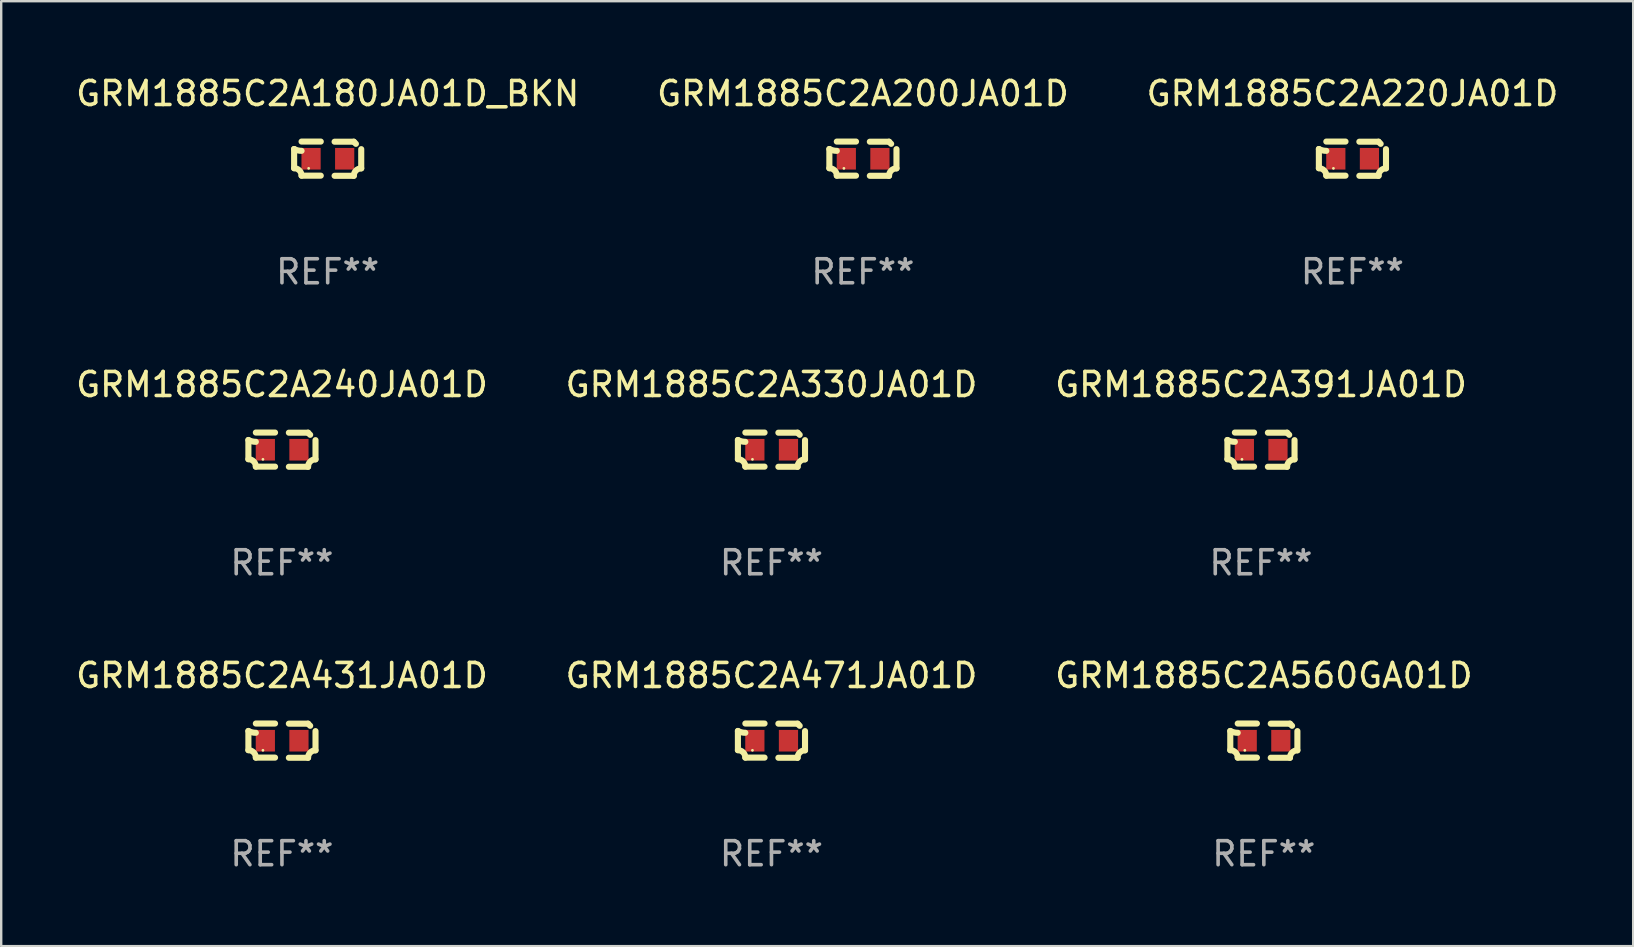
<source format=kicad_pcb>
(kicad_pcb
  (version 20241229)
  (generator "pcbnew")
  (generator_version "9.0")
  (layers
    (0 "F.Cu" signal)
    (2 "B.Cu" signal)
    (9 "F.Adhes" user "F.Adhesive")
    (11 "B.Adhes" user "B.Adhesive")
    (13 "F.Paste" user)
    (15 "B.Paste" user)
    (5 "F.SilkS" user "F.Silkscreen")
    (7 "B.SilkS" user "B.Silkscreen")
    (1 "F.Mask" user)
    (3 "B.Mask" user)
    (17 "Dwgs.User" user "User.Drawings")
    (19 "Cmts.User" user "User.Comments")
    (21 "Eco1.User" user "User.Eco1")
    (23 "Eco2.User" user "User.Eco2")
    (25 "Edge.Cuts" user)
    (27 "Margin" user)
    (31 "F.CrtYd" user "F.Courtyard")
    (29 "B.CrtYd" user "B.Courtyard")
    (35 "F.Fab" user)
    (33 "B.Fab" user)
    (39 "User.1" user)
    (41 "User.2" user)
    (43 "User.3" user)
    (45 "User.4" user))
  (footprint "GRM1885C2A560GA01D"
    (layer "F.Cu")
    (at 49.601 27.805)
    (property "Reference" "GRM1885C2A560GA01D" (at 0 -2.713 0) (layer "F.SilkS") (effects (font (size 1 1) (thickness 0.15))))
    (attr through_hole)
    (fp_line (start -1.398 -0.403) (end -1.398 0.397) (stroke (width 0.254) (type solid)) (layer "F.SilkS"))
    (fp_line (start -0.288 -0.713) (end -1.088 -0.713) (stroke (width 0.254) (type solid)) (layer "F.SilkS"))
    (fp_line (start -0.288 0.707) (end -1.088 0.707) (stroke (width 0.254) (type solid)) (layer "F.SilkS"))
    (fp_line (start 0.288 -0.707) (end 1.088 -0.707) (stroke (width 0.254) (type solid)) (layer "F.SilkS"))
    (fp_line (start 0.288 0.713) (end 1.088 0.713) (stroke (width 0.254) (type solid)) (layer "F.SilkS"))
    (fp_line (start 1.398 -0.397) (end 1.398 0.403) (stroke (width 0.254) (type solid)) (layer "F.SilkS"))
    (fp_arc (start -1.397789 0.397066) (mid -1.178701 0.487826) (end -1.08796 0.706922) (stroke (width 0.254001) (type solid)) (layer "F.SilkS"))
    (fp_arc (start -1.08796 -0.327176) (mid -1.247436 -0.346384) (end -1.39779 -0.402908) (stroke (width 0.254001) (type solid)) (layer "F.SilkS"))
    (fp_arc (start 1.087909 0.712738) (mid 1.178656 0.493655) (end 1.397739 0.402908) (stroke (width 0.254001) (type solid)) (layer "F.SilkS"))
    (fp_arc (start 1.175925 -0.618926) (mid 1.131917 -0.662923) (end 1.08791 -0.706922) (stroke (width 0.254001) (type solid)) (layer "F.SilkS"))
    (fp_circle (center -0.792 0.403) (end -0.762 0.403) (stroke (width 0.06) (type solid)) (fill no) (layer "F.SilkS"))
    (fp_text user "REF**" (at 0 4.713 0) (layer "F.Fab") (effects (font (size 1 1) (thickness 0.15))))
    (pad "1" smd rect (at -0.692 0.003) (size 0.8 0.9) (layers "F.Cu" "F.Mask" "F.Paste"))
    (pad "2" smd rect (at 0.708 0.003) (size 0.8 0.9) (layers "F.Cu" "F.Mask" "F.Paste")))
  (footprint "GRM1885C2A240JA01D"
    (layer "F.Cu")
    (at 8.696 15.683)
    (property "Reference" "GRM1885C2A240JA01D" (at 0 -2.713 0) (layer "F.SilkS") (effects (font (size 1 1) (thickness 0.15))))
    (attr through_hole)
    (fp_line (start -1.398 -0.403) (end -1.398 0.397) (stroke (width 0.254) (type solid)) (layer "F.SilkS"))
    (fp_line (start -0.288 -0.713) (end -1.088 -0.713) (stroke (width 0.254) (type solid)) (layer "F.SilkS"))
    (fp_line (start -0.288 0.707) (end -1.088 0.707) (stroke (width 0.254) (type solid)) (layer "F.SilkS"))
    (fp_line (start 0.288 -0.707) (end 1.088 -0.707) (stroke (width 0.254) (type solid)) (layer "F.SilkS"))
    (fp_line (start 0.288 0.713) (end 1.088 0.713) (stroke (width 0.254) (type solid)) (layer "F.SilkS"))
    (fp_line (start 1.398 -0.397) (end 1.398 0.403) (stroke (width 0.254) (type solid)) (layer "F.SilkS"))
    (fp_arc (start -1.397789 0.397066) (mid -1.178701 0.487826) (end -1.08796 0.706922) (stroke (width 0.254001) (type solid)) (layer "F.SilkS"))
    (fp_arc (start -1.08796 -0.327176) (mid -1.247436 -0.346384) (end -1.39779 -0.402908) (stroke (width 0.254001) (type solid)) (layer "F.SilkS"))
    (fp_arc (start 1.087909 0.712738) (mid 1.178656 0.493655) (end 1.397739 0.402908) (stroke (width 0.254001) (type solid)) (layer "F.SilkS"))
    (fp_arc (start 1.175925 -0.618926) (mid 1.131917 -0.662923) (end 1.08791 -0.706922) (stroke (width 0.254001) (type solid)) (layer "F.SilkS"))
    (fp_circle (center -0.792 0.403) (end -0.762 0.403) (stroke (width 0.06) (type solid)) (fill no) (layer "F.SilkS"))
    (fp_text user "REF**" (at 0 4.713 0) (layer "F.Fab") (effects (font (size 1 1) (thickness 0.15))))
    (pad "1" smd rect (at -0.692 0.003) (size 0.8 0.9) (layers "F.Cu" "F.Mask" "F.Paste"))
    (pad "2" smd rect (at 0.708 0.003) (size 0.8 0.9) (layers "F.Cu" "F.Mask" "F.Paste")))
  (footprint "GRM1885C2A471JA01D"
    (layer "F.Cu")
    (at 29.089 27.805)
    (property "Reference" "GRM1885C2A471JA01D" (at 0 -2.713 0) (layer "F.SilkS") (effects (font (size 1 1) (thickness 0.15))))
    (attr through_hole)
    (fp_line (start -1.398 -0.403) (end -1.398 0.397) (stroke (width 0.254) (type solid)) (layer "F.SilkS"))
    (fp_line (start -0.288 -0.713) (end -1.088 -0.713) (stroke (width 0.254) (type solid)) (layer "F.SilkS"))
    (fp_line (start -0.288 0.707) (end -1.088 0.707) (stroke (width 0.254) (type solid)) (layer "F.SilkS"))
    (fp_line (start 0.288 -0.707) (end 1.088 -0.707) (stroke (width 0.254) (type solid)) (layer "F.SilkS"))
    (fp_line (start 0.288 0.713) (end 1.088 0.713) (stroke (width 0.254) (type solid)) (layer "F.SilkS"))
    (fp_line (start 1.398 -0.397) (end 1.398 0.403) (stroke (width 0.254) (type solid)) (layer "F.SilkS"))
    (fp_arc (start -1.397789 0.397066) (mid -1.178701 0.487826) (end -1.08796 0.706922) (stroke (width 0.254001) (type solid)) (layer "F.SilkS"))
    (fp_arc (start -1.08796 -0.327176) (mid -1.247436 -0.346384) (end -1.39779 -0.402908) (stroke (width 0.254001) (type solid)) (layer "F.SilkS"))
    (fp_arc (start 1.087909 0.712738) (mid 1.178656 0.493655) (end 1.397739 0.402908) (stroke (width 0.254001) (type solid)) (layer "F.SilkS"))
    (fp_arc (start 1.175925 -0.618926) (mid 1.131917 -0.662923) (end 1.08791 -0.706922) (stroke (width 0.254001) (type solid)) (layer "F.SilkS"))
    (fp_circle (center -0.792 0.403) (end -0.762 0.403) (stroke (width 0.06) (type solid)) (fill no) (layer "F.SilkS"))
    (fp_text user "REF**" (at 0 4.713 0) (layer "F.Fab") (effects (font (size 1 1) (thickness 0.15))))
    (pad "1" smd rect (at -0.692 0.003) (size 0.8 0.9) (layers "F.Cu" "F.Mask" "F.Paste"))
    (pad "2" smd rect (at 0.708 0.003) (size 0.8 0.9) (layers "F.Cu" "F.Mask" "F.Paste")))
  (footprint "GRM1885C2A391JA01D"
    (layer "F.Cu")
    (at 49.482 15.683)
    (property "Reference" "GRM1885C2A391JA01D" (at 0 -2.713 0) (layer "F.SilkS") (effects (font (size 1 1) (thickness 0.15))))
    (attr through_hole)
    (fp_line (start -1.398 -0.403) (end -1.398 0.397) (stroke (width 0.254) (type solid)) (layer "F.SilkS"))
    (fp_line (start -0.288 -0.713) (end -1.088 -0.713) (stroke (width 0.254) (type solid)) (layer "F.SilkS"))
    (fp_line (start -0.288 0.707) (end -1.088 0.707) (stroke (width 0.254) (type solid)) (layer "F.SilkS"))
    (fp_line (start 0.288 -0.707) (end 1.088 -0.707) (stroke (width 0.254) (type solid)) (layer "F.SilkS"))
    (fp_line (start 0.288 0.713) (end 1.088 0.713) (stroke (width 0.254) (type solid)) (layer "F.SilkS"))
    (fp_line (start 1.398 -0.397) (end 1.398 0.403) (stroke (width 0.254) (type solid)) (layer "F.SilkS"))
    (fp_arc (start -1.397789 0.397066) (mid -1.178701 0.487826) (end -1.08796 0.706922) (stroke (width 0.254001) (type solid)) (layer "F.SilkS"))
    (fp_arc (start -1.08796 -0.327176) (mid -1.247436 -0.346384) (end -1.39779 -0.402908) (stroke (width 0.254001) (type solid)) (layer "F.SilkS"))
    (fp_arc (start 1.087909 0.712738) (mid 1.178656 0.493655) (end 1.397739 0.402908) (stroke (width 0.254001) (type solid)) (layer "F.SilkS"))
    (fp_arc (start 1.175925 -0.618926) (mid 1.131917 -0.662923) (end 1.08791 -0.706922) (stroke (width 0.254001) (type solid)) (layer "F.SilkS"))
    (fp_circle (center -0.792 0.403) (end -0.762 0.403) (stroke (width 0.06) (type solid)) (fill no) (layer "F.SilkS"))
    (fp_text user "REF**" (at 0 4.713 0) (layer "F.Fab") (effects (font (size 1 1) (thickness 0.15))))
    (pad "1" smd rect (at -0.692 0.003) (size 0.8 0.9) (layers "F.Cu" "F.Mask" "F.Paste"))
    (pad "2" smd rect (at 0.708 0.003) (size 0.8 0.9) (layers "F.Cu" "F.Mask" "F.Paste")))
  (footprint "GRM1885C2A180JA01D_BKN"
    (layer "F.Cu")
    (at 10.601 3.561)
    (property "Reference" "GRM1885C2A180JA01D_BKN" (at 0 -2.713 0) (layer "F.SilkS") (effects (font (size 1 1) (thickness 0.15))))
    (attr through_hole)
    (fp_line (start -1.398 -0.403) (end -1.398 0.397) (stroke (width 0.254) (type solid)) (layer "F.SilkS"))
    (fp_line (start -0.288 -0.713) (end -1.088 -0.713) (stroke (width 0.254) (type solid)) (layer "F.SilkS"))
    (fp_line (start -0.288 0.707) (end -1.088 0.707) (stroke (width 0.254) (type solid)) (layer "F.SilkS"))
    (fp_line (start 0.288 -0.707) (end 1.088 -0.707) (stroke (width 0.254) (type solid)) (layer "F.SilkS"))
    (fp_line (start 0.288 0.713) (end 1.088 0.713) (stroke (width 0.254) (type solid)) (layer "F.SilkS"))
    (fp_line (start 1.398 -0.397) (end 1.398 0.403) (stroke (width 0.254) (type solid)) (layer "F.SilkS"))
    (fp_arc (start -1.397789 0.397066) (mid -1.178701 0.487826) (end -1.08796 0.706922) (stroke (width 0.254001) (type solid)) (layer "F.SilkS"))
    (fp_arc (start -1.08796 -0.327176) (mid -1.247436 -0.346384) (end -1.39779 -0.402908) (stroke (width 0.254001) (type solid)) (layer "F.SilkS"))
    (fp_arc (start 1.087909 0.712738) (mid 1.178656 0.493655) (end 1.397739 0.402908) (stroke (width 0.254001) (type solid)) (layer "F.SilkS"))
    (fp_arc (start 1.175925 -0.618926) (mid 1.131917 -0.662923) (end 1.08791 -0.706922) (stroke (width 0.254001) (type solid)) (layer "F.SilkS"))
    (fp_circle (center -0.792 0.403) (end -0.762 0.403) (stroke (width 0.06) (type solid)) (fill no) (layer "F.SilkS"))
    (fp_text user "REF**" (at 0 4.713 0) (layer "F.Fab") (effects (font (size 1 1) (thickness 0.15))))
    (pad "1" smd rect (at -0.692 0.003) (size 0.8 0.9) (layers "F.Cu" "F.Mask" "F.Paste"))
    (pad "2" smd rect (at 0.708 0.003) (size 0.8 0.9) (layers "F.Cu" "F.Mask" "F.Paste")))
  (footprint "GRM1885C2A431JA01D"
    (layer "F.Cu")
    (at 8.696 27.805)
    (property "Reference" "GRM1885C2A431JA01D" (at 0 -2.713 0) (layer "F.SilkS") (effects (font (size 1 1) (thickness 0.15))))
    (attr through_hole)
    (fp_line (start -1.398 -0.403) (end -1.398 0.397) (stroke (width 0.254) (type solid)) (layer "F.SilkS"))
    (fp_line (start -0.288 -0.713) (end -1.088 -0.713) (stroke (width 0.254) (type solid)) (layer "F.SilkS"))
    (fp_line (start -0.288 0.707) (end -1.088 0.707) (stroke (width 0.254) (type solid)) (layer "F.SilkS"))
    (fp_line (start 0.288 -0.707) (end 1.088 -0.707) (stroke (width 0.254) (type solid)) (layer "F.SilkS"))
    (fp_line (start 0.288 0.713) (end 1.088 0.713) (stroke (width 0.254) (type solid)) (layer "F.SilkS"))
    (fp_line (start 1.398 -0.397) (end 1.398 0.403) (stroke (width 0.254) (type solid)) (layer "F.SilkS"))
    (fp_arc (start -1.397789 0.397066) (mid -1.178701 0.487826) (end -1.08796 0.706922) (stroke (width 0.254001) (type solid)) (layer "F.SilkS"))
    (fp_arc (start -1.08796 -0.327176) (mid -1.247436 -0.346384) (end -1.39779 -0.402908) (stroke (width 0.254001) (type solid)) (layer "F.SilkS"))
    (fp_arc (start 1.087909 0.712738) (mid 1.178656 0.493655) (end 1.397739 0.402908) (stroke (width 0.254001) (type solid)) (layer "F.SilkS"))
    (fp_arc (start 1.175925 -0.618926) (mid 1.131917 -0.662923) (end 1.08791 -0.706922) (stroke (width 0.254001) (type solid)) (layer "F.SilkS"))
    (fp_circle (center -0.792 0.403) (end -0.762 0.403) (stroke (width 0.06) (type solid)) (fill no) (layer "F.SilkS"))
    (fp_text user "REF**" (at 0 4.713 0) (layer "F.Fab") (effects (font (size 1 1) (thickness 0.15))))
    (pad "1" smd rect (at -0.692 0.003) (size 0.8 0.9) (layers "F.Cu" "F.Mask" "F.Paste"))
    (pad "2" smd rect (at 0.708 0.003) (size 0.8 0.9) (layers "F.Cu" "F.Mask" "F.Paste")))
  (footprint "GRM1885C2A220JA01D"
    (layer "F.Cu")
    (at 53.292 3.561)
    (property "Reference" "GRM1885C2A220JA01D" (at 0 -2.713 0) (layer "F.SilkS") (effects (font (size 1 1) (thickness 0.15))))
    (attr through_hole)
    (fp_line (start -1.398 -0.403) (end -1.398 0.397) (stroke (width 0.254) (type solid)) (layer "F.SilkS"))
    (fp_line (start -0.288 -0.713) (end -1.088 -0.713) (stroke (width 0.254) (type solid)) (layer "F.SilkS"))
    (fp_line (start -0.288 0.707) (end -1.088 0.707) (stroke (width 0.254) (type solid)) (layer "F.SilkS"))
    (fp_line (start 0.288 -0.707) (end 1.088 -0.707) (stroke (width 0.254) (type solid)) (layer "F.SilkS"))
    (fp_line (start 0.288 0.713) (end 1.088 0.713) (stroke (width 0.254) (type solid)) (layer "F.SilkS"))
    (fp_line (start 1.398 -0.397) (end 1.398 0.403) (stroke (width 0.254) (type solid)) (layer "F.SilkS"))
    (fp_arc (start -1.397789 0.397066) (mid -1.178701 0.487826) (end -1.08796 0.706922) (stroke (width 0.254001) (type solid)) (layer "F.SilkS"))
    (fp_arc (start -1.08796 -0.327176) (mid -1.247436 -0.346384) (end -1.39779 -0.402908) (stroke (width 0.254001) (type solid)) (layer "F.SilkS"))
    (fp_arc (start 1.087909 0.712738) (mid 1.178656 0.493655) (end 1.397739 0.402908) (stroke (width 0.254001) (type solid)) (layer "F.SilkS"))
    (fp_arc (start 1.175925 -0.618926) (mid 1.131917 -0.662923) (end 1.08791 -0.706922) (stroke (width 0.254001) (type solid)) (layer "F.SilkS"))
    (fp_circle (center -0.792 0.403) (end -0.762 0.403) (stroke (width 0.06) (type solid)) (fill no) (layer "F.SilkS"))
    (fp_text user "REF**" (at 0 4.713 0) (layer "F.Fab") (effects (font (size 1 1) (thickness 0.15))))
    (pad "1" smd rect (at -0.692 0.003) (size 0.8 0.9) (layers "F.Cu" "F.Mask" "F.Paste"))
    (pad "2" smd rect (at 0.708 0.003) (size 0.8 0.9) (layers "F.Cu" "F.Mask" "F.Paste")))
  (footprint "GRM1885C2A330JA01D"
    (layer "F.Cu")
    (at 29.089 15.683)
    (property "Reference" "GRM1885C2A330JA01D" (at 0 -2.713 0) (layer "F.SilkS") (effects (font (size 1 1) (thickness 0.15))))
    (attr through_hole)
    (fp_line (start -1.398 -0.403) (end -1.398 0.397) (stroke (width 0.254) (type solid)) (layer "F.SilkS"))
    (fp_line (start -0.288 -0.713) (end -1.088 -0.713) (stroke (width 0.254) (type solid)) (layer "F.SilkS"))
    (fp_line (start -0.288 0.707) (end -1.088 0.707) (stroke (width 0.254) (type solid)) (layer "F.SilkS"))
    (fp_line (start 0.288 -0.707) (end 1.088 -0.707) (stroke (width 0.254) (type solid)) (layer "F.SilkS"))
    (fp_line (start 0.288 0.713) (end 1.088 0.713) (stroke (width 0.254) (type solid)) (layer "F.SilkS"))
    (fp_line (start 1.398 -0.397) (end 1.398 0.403) (stroke (width 0.254) (type solid)) (layer "F.SilkS"))
    (fp_arc (start -1.397789 0.397066) (mid -1.178701 0.487826) (end -1.08796 0.706922) (stroke (width 0.254001) (type solid)) (layer "F.SilkS"))
    (fp_arc (start -1.08796 -0.327176) (mid -1.247436 -0.346384) (end -1.39779 -0.402908) (stroke (width 0.254001) (type solid)) (layer "F.SilkS"))
    (fp_arc (start 1.087909 0.712738) (mid 1.178656 0.493655) (end 1.397739 0.402908) (stroke (width 0.254001) (type solid)) (layer "F.SilkS"))
    (fp_arc (start 1.175925 -0.618926) (mid 1.131917 -0.662923) (end 1.08791 -0.706922) (stroke (width 0.254001) (type solid)) (layer "F.SilkS"))
    (fp_circle (center -0.792 0.403) (end -0.762 0.403) (stroke (width 0.06) (type solid)) (fill no) (layer "F.SilkS"))
    (fp_text user "REF**" (at 0 4.713 0) (layer "F.Fab") (effects (font (size 1 1) (thickness 0.15))))
    (pad "1" smd rect (at -0.692 0.003) (size 0.8 0.9) (layers "F.Cu" "F.Mask" "F.Paste"))
    (pad "2" smd rect (at 0.708 0.003) (size 0.8 0.9) (layers "F.Cu" "F.Mask" "F.Paste")))
  (footprint "GRM1885C2A200JA01D"
    (layer "F.Cu")
    (at 32.899 3.561)
    (property "Reference" "GRM1885C2A200JA01D" (at 0 -2.713 0) (layer "F.SilkS") (effects (font (size 1 1) (thickness 0.15))))
    (attr through_hole)
    (fp_line (start -1.398 -0.403) (end -1.398 0.397) (stroke (width 0.254) (type solid)) (layer "F.SilkS"))
    (fp_line (start -0.288 -0.713) (end -1.088 -0.713) (stroke (width 0.254) (type solid)) (layer "F.SilkS"))
    (fp_line (start -0.288 0.707) (end -1.088 0.707) (stroke (width 0.254) (type solid)) (layer "F.SilkS"))
    (fp_line (start 0.288 -0.707) (end 1.088 -0.707) (stroke (width 0.254) (type solid)) (layer "F.SilkS"))
    (fp_line (start 0.288 0.713) (end 1.088 0.713) (stroke (width 0.254) (type solid)) (layer "F.SilkS"))
    (fp_line (start 1.398 -0.397) (end 1.398 0.403) (stroke (width 0.254) (type solid)) (layer "F.SilkS"))
    (fp_arc (start -1.397789 0.397066) (mid -1.178701 0.487826) (end -1.08796 0.706922) (stroke (width 0.254001) (type solid)) (layer "F.SilkS"))
    (fp_arc (start -1.08796 -0.327176) (mid -1.247436 -0.346384) (end -1.39779 -0.402908) (stroke (width 0.254001) (type solid)) (layer "F.SilkS"))
    (fp_arc (start 1.087909 0.712738) (mid 1.178656 0.493655) (end 1.397739 0.402908) (stroke (width 0.254001) (type solid)) (layer "F.SilkS"))
    (fp_arc (start 1.175925 -0.618926) (mid 1.131917 -0.662923) (end 1.08791 -0.706922) (stroke (width 0.254001) (type solid)) (layer "F.SilkS"))
    (fp_circle (center -0.792 0.403) (end -0.762 0.403) (stroke (width 0.06) (type solid)) (fill no) (layer "F.SilkS"))
    (fp_text user "REF**" (at 0 4.713 0) (layer "F.Fab") (effects (font (size 1 1) (thickness 0.15))))
    (pad "1" smd rect (at -0.692 0.003) (size 0.8 0.9) (layers "F.Cu" "F.Mask" "F.Paste"))
    (pad "2" smd rect (at 0.708 0.003) (size 0.8 0.9) (layers "F.Cu" "F.Mask" "F.Paste")))
  (gr_rect
    (start -3 -3)
    (end 64.988 36.366)
    (stroke (width 0.1) (type default))
    (fill no)
    (layer "Edge.Cuts")))
</source>
